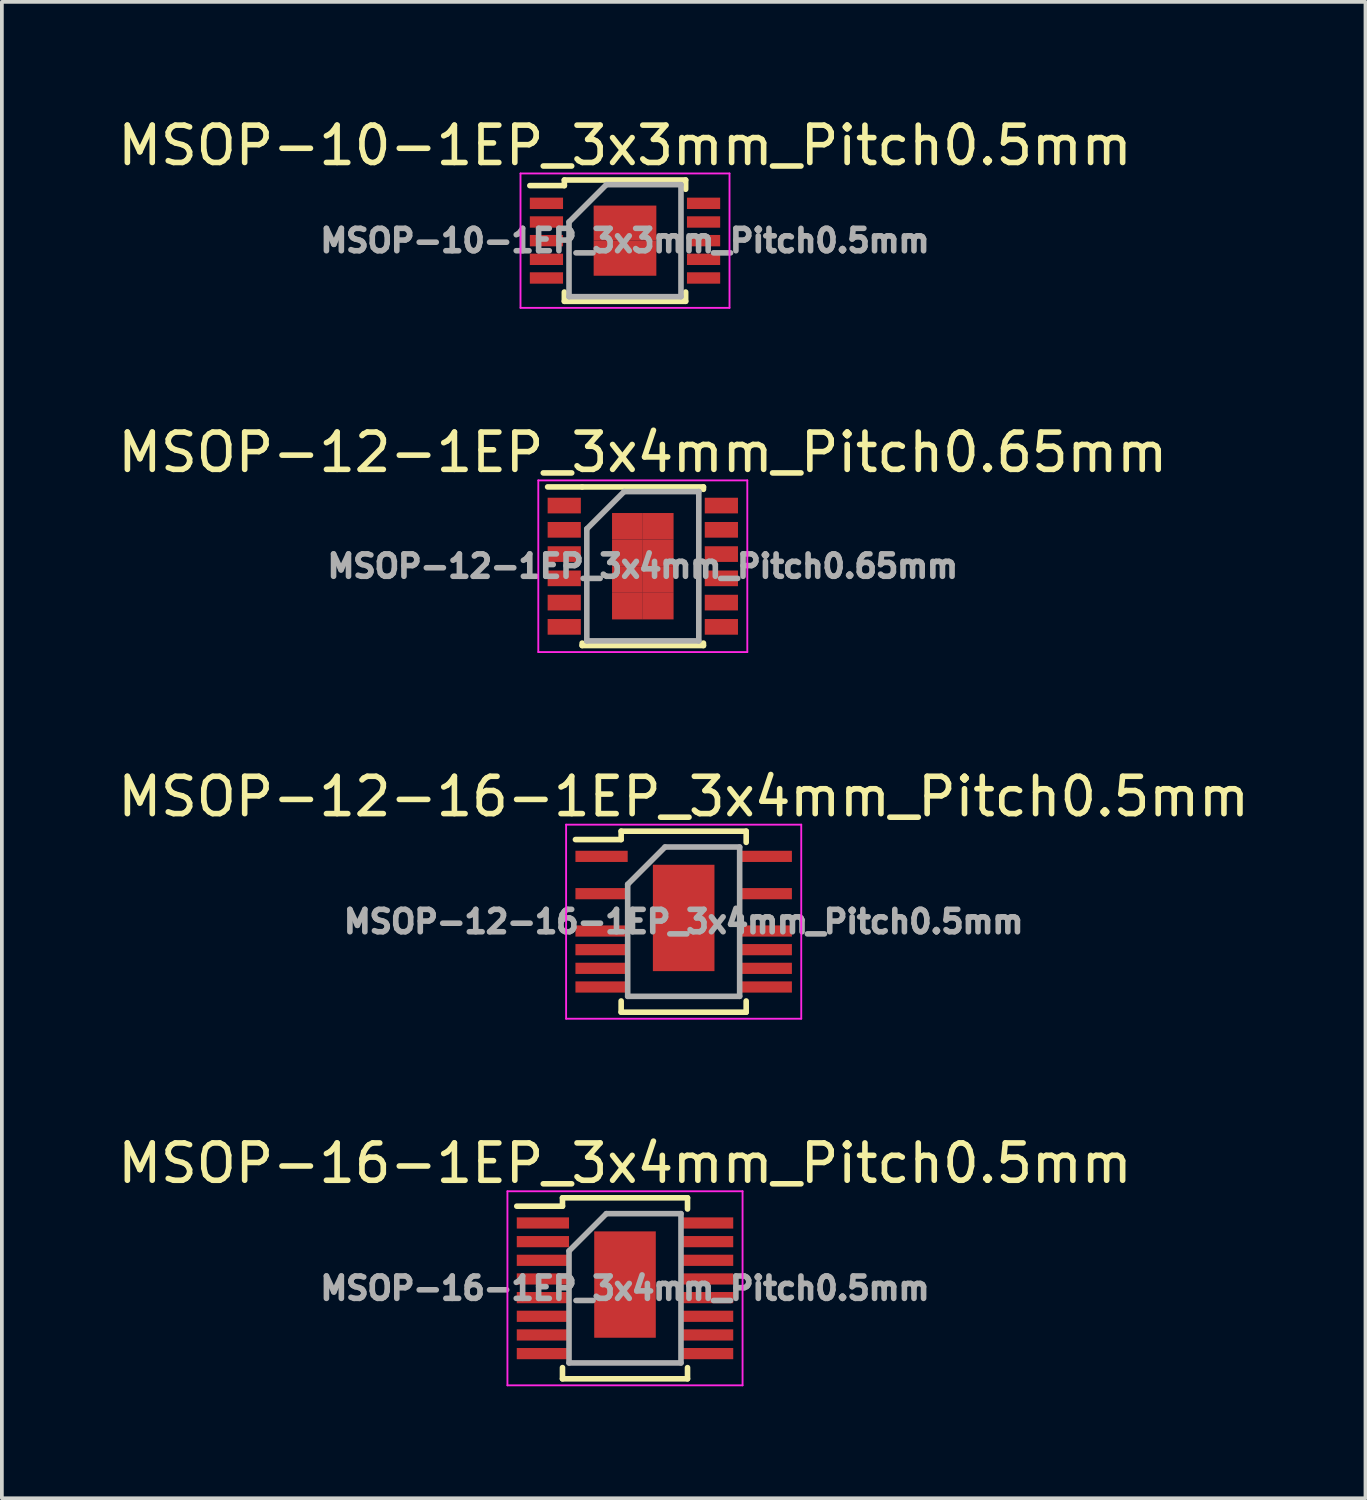
<source format=kicad_pcb>
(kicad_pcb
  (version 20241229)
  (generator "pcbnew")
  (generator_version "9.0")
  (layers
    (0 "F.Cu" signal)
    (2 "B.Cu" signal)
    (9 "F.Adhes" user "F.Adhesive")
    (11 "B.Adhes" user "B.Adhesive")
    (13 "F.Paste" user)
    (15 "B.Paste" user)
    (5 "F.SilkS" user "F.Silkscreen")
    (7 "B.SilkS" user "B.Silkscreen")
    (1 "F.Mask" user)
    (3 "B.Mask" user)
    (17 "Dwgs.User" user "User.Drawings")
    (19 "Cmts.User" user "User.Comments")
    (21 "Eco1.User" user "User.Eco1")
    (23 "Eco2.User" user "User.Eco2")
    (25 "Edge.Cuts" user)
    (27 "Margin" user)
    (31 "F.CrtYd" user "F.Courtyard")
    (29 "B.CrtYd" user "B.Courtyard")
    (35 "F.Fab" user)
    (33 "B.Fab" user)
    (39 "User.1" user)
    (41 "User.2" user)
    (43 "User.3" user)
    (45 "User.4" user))
  (footprint "MSOP-16-1EP_3x4mm_Pitch0.5mm"
    (layer "F.Cu")
    (at 13.696 31.468)
    (property "Reference" "MSOP-16-1EP_3x4mm_Pitch0.5mm" (at 0 -3.35 0) (layer "F.SilkS") (effects (font (size 1 1) (thickness 0.15))))
    (attr smd)
    (fp_line (start -1.675 -2.425) (end -1.675 -2.2) (stroke (width 0.15) (type solid)) (layer "F.SilkS"))
    (fp_line (start -1.675 -2.425) (end 1.675 -2.425) (stroke (width 0.15) (type solid)) (layer "F.SilkS"))
    (fp_line (start -1.675 -2.2) (end -2.9 -2.2) (stroke (width 0.15) (type solid)) (layer "F.SilkS"))
    (fp_line (start -1.675 2.425) (end -1.675 2.125) (stroke (width 0.15) (type solid)) (layer "F.SilkS"))
    (fp_line (start -1.675 2.425) (end 1.675 2.425) (stroke (width 0.15) (type solid)) (layer "F.SilkS"))
    (fp_line (start 1.675 -2.425) (end 1.675 -2.125) (stroke (width 0.15) (type solid)) (layer "F.SilkS"))
    (fp_line (start 1.675 2.425) (end 1.675 2.125) (stroke (width 0.15) (type solid)) (layer "F.SilkS"))
    (fp_line (start -3.15 -2.6) (end -3.15 2.6) (stroke (width 0.05) (type solid)) (layer "F.CrtYd"))
    (fp_line (start -3.15 -2.6) (end 3.15 -2.6) (stroke (width 0.05) (type solid)) (layer "F.CrtYd"))
    (fp_line (start -3.15 2.6) (end 3.15 2.6) (stroke (width 0.05) (type solid)) (layer "F.CrtYd"))
    (fp_line (start 3.15 -2.6) (end 3.15 2.6) (stroke (width 0.05) (type solid)) (layer "F.CrtYd"))
    (fp_line (start -1.5 -1) (end -0.5 -2) (stroke (width 0.15) (type solid)) (layer "F.Fab"))
    (fp_line (start -1.5 2) (end -1.5 -1) (stroke (width 0.15) (type solid)) (layer "F.Fab"))
    (fp_line (start -0.5 -2) (end 1.5 -2) (stroke (width 0.15) (type solid)) (layer "F.Fab"))
    (fp_line (start 1.5 -2) (end 1.5 2) (stroke (width 0.15) (type solid)) (layer "F.Fab"))
    (fp_line (start 1.5 2) (end -1.5 2) (stroke (width 0.15) (type solid)) (layer "F.Fab"))
    (fp_text user "${REFERENCE}" (at 0 0 0) (layer "F.Fab") (effects (font (size 0.6 0.6) (thickness 0.15))))
    (pad "1" smd rect (at -2.2 -1.75) (size 1.4 0.3) (layers "F.Cu" "F.Mask" "F.Paste"))
    (pad "2" smd rect (at -2.2 -1.25) (size 1.4 0.3) (layers "F.Cu" "F.Mask" "F.Paste"))
    (pad "3" smd rect (at -2.2 -0.75) (size 1.4 0.3) (layers "F.Cu" "F.Mask" "F.Paste"))
    (pad "4" smd rect (at -2.2 -0.25) (size 1.4 0.3) (layers "F.Cu" "F.Mask" "F.Paste"))
    (pad "5" smd rect (at -2.2 0.25) (size 1.4 0.3) (layers "F.Cu" "F.Mask" "F.Paste"))
    (pad "6" smd rect (at -2.2 0.75) (size 1.4 0.3) (layers "F.Cu" "F.Mask" "F.Paste"))
    (pad "7" smd rect (at -2.2 1.25) (size 1.4 0.3) (layers "F.Cu" "F.Mask" "F.Paste"))
    (pad "8" smd rect (at -2.2 1.75) (size 1.4 0.3) (layers "F.Cu" "F.Mask" "F.Paste"))
    (pad "9" smd rect (at 2.2 1.75) (size 1.4 0.3) (layers "F.Cu" "F.Mask" "F.Paste"))
    (pad "10" smd rect (at 2.2 1.25) (size 1.4 0.3) (layers "F.Cu" "F.Mask" "F.Paste"))
    (pad "11" smd rect (at 2.2 0.75) (size 1.4 0.3) (layers "F.Cu" "F.Mask" "F.Paste"))
    (pad "12" smd rect (at 2.2 0.25) (size 1.4 0.3) (layers "F.Cu" "F.Mask" "F.Paste"))
    (pad "13" smd rect (at 2.2 -0.25) (size 1.4 0.3) (layers "F.Cu" "F.Mask" "F.Paste"))
    (pad "14" smd rect (at 2.2 -0.75) (size 1.4 0.3) (layers "F.Cu" "F.Mask" "F.Paste"))
    (pad "15" smd rect (at 2.2 -1.25) (size 1.4 0.3) (layers "F.Cu" "F.Mask" "F.Paste"))
    (pad "16" smd rect (at 2.2 -1.75) (size 1.4 0.3) (layers "F.Cu" "F.Mask" "F.Paste"))
    (pad "17" smd rect (at 0 -0.1) (size 1.65 2.85) (layers "F.Cu" "F.Mask" "F.Paste")))
  (footprint "MSOP-12-1EP_3x4mm_Pitch0.65mm"
    (layer "F.Cu")
    (at 14.173 12.121)
    (property "Reference" "MSOP-12-1EP_3x4mm_Pitch0.65mm" (at 0 -3.05 0) (layer "F.SilkS") (effects (font (size 1 1) (thickness 0.15))))
    (attr smd)
    (fp_line (start -1.625 -2.125) (end -2.55 -2.125) (stroke (width 0.15) (type solid)) (layer "F.SilkS"))
    (fp_line (start -1.625 -2.125) (end 1.625 -2.125) (stroke (width 0.15) (type solid)) (layer "F.SilkS"))
    (fp_line (start -1.625 2.125) (end -1.625 2.06) (stroke (width 0.15) (type solid)) (layer "F.SilkS"))
    (fp_line (start -1.625 2.125) (end 1.625 2.125) (stroke (width 0.15) (type solid)) (layer "F.SilkS"))
    (fp_line (start 1.625 -2.125) (end 1.625 -2.06) (stroke (width 0.15) (type solid)) (layer "F.SilkS"))
    (fp_line (start 1.625 2.125) (end 1.625 2.06) (stroke (width 0.15) (type solid)) (layer "F.SilkS"))
    (fp_line (start -2.8 -2.3) (end -2.8 2.3) (stroke (width 0.05) (type solid)) (layer "F.CrtYd"))
    (fp_line (start -2.8 -2.3) (end 2.8 -2.3) (stroke (width 0.05) (type solid)) (layer "F.CrtYd"))
    (fp_line (start -2.8 2.3) (end 2.8 2.3) (stroke (width 0.05) (type solid)) (layer "F.CrtYd"))
    (fp_line (start 2.8 -2.3) (end 2.8 2.3) (stroke (width 0.05) (type solid)) (layer "F.CrtYd"))
    (fp_line (start -1.5 -1) (end -0.5 -2) (stroke (width 0.15) (type solid)) (layer "F.Fab"))
    (fp_line (start -1.5 2) (end -1.5 -1) (stroke (width 0.15) (type solid)) (layer "F.Fab"))
    (fp_line (start -0.5 -2) (end 1.5 -2) (stroke (width 0.15) (type solid)) (layer "F.Fab"))
    (fp_line (start 1.5 -2) (end 1.5 2) (stroke (width 0.15) (type solid)) (layer "F.Fab"))
    (fp_line (start 1.5 2) (end -1.5 2) (stroke (width 0.15) (type solid)) (layer "F.Fab"))
    (fp_text user "${REFERENCE}" (at 0 0 0) (layer "F.Fab") (effects (font (size 0.6 0.6) (thickness 0.15))))
    (pad "1" smd rect (at -2.105 -1.625) (size 0.89 0.42) (layers "F.Cu" "F.Mask" "F.Paste"))
    (pad "2" smd rect (at -2.105 -0.975) (size 0.89 0.42) (layers "F.Cu" "F.Mask" "F.Paste"))
    (pad "3" smd rect (at -2.105 -0.325) (size 0.89 0.42) (layers "F.Cu" "F.Mask" "F.Paste"))
    (pad "4" smd rect (at -2.105 0.325) (size 0.89 0.42) (layers "F.Cu" "F.Mask" "F.Paste"))
    (pad "5" smd rect (at -2.105 0.975) (size 0.89 0.42) (layers "F.Cu" "F.Mask" "F.Paste"))
    (pad "6" smd rect (at -2.105 1.625) (size 0.89 0.42) (layers "F.Cu" "F.Mask" "F.Paste"))
    (pad "7" smd rect (at 2.105 1.625) (size 0.89 0.42) (layers "F.Cu" "F.Mask" "F.Paste"))
    (pad "8" smd rect (at 2.105 0.975) (size 0.89 0.42) (layers "F.Cu" "F.Mask" "F.Paste"))
    (pad "9" smd rect (at 2.105 0.325) (size 0.89 0.42) (layers "F.Cu" "F.Mask" "F.Paste"))
    (pad "10" smd rect (at 2.105 -0.325) (size 0.89 0.42) (layers "F.Cu" "F.Mask" "F.Paste"))
    (pad "11" smd rect (at 2.105 -0.975) (size 0.89 0.42) (layers "F.Cu" "F.Mask" "F.Paste"))
    (pad "12" smd rect (at 2.105 -1.625) (size 0.89 0.42) (layers "F.Cu" "F.Mask" "F.Paste"))
    (pad "13" smd rect (at -0.412 -1.069) (size 0.825 0.713) (layers "F.Cu" "F.Mask" "F.Paste"))
    (pad "13" smd rect (at -0.412 -0.356) (size 0.825 0.713) (layers "F.Cu" "F.Mask" "F.Paste"))
    (pad "13" smd rect (at -0.412 0.356) (size 0.825 0.713) (layers "F.Cu" "F.Mask" "F.Paste"))
    (pad "13" smd rect (at -0.412 1.069) (size 0.825 0.713) (layers "F.Cu" "F.Mask" "F.Paste"))
    (pad "13" smd rect (at 0.412 -1.069) (size 0.825 0.713) (layers "F.Cu" "F.Mask" "F.Paste"))
    (pad "13" smd rect (at 0.412 -0.356) (size 0.825 0.713) (layers "F.Cu" "F.Mask" "F.Paste"))
    (pad "13" smd rect (at 0.412 0.356) (size 0.825 0.713) (layers "F.Cu" "F.Mask" "F.Paste"))
    (pad "13" smd rect (at 0.412 1.069) (size 0.825 0.713) (layers "F.Cu" "F.Mask" "F.Paste")))
  (footprint "MSOP-12-16-1EP_3x4mm_Pitch0.5mm"
    (layer "F.Cu")
    (at 15.268 21.645)
    (property "Reference" "MSOP-12-16-1EP_3x4mm_Pitch0.5mm" (at 0 -3.35 0) (layer "F.SilkS") (effects (font (size 1 1) (thickness 0.15))))
    (attr smd)
    (fp_line (start -1.675 -2.425) (end -1.675 -2.2) (stroke (width 0.15) (type solid)) (layer "F.SilkS"))
    (fp_line (start -1.675 -2.425) (end 1.675 -2.425) (stroke (width 0.15) (type solid)) (layer "F.SilkS"))
    (fp_line (start -1.675 -2.2) (end -2.9 -2.2) (stroke (width 0.15) (type solid)) (layer "F.SilkS"))
    (fp_line (start -1.675 2.425) (end -1.675 2.125) (stroke (width 0.15) (type solid)) (layer "F.SilkS"))
    (fp_line (start -1.675 2.425) (end 1.675 2.425) (stroke (width 0.15) (type solid)) (layer "F.SilkS"))
    (fp_line (start 1.675 -2.425) (end 1.675 -2.125) (stroke (width 0.15) (type solid)) (layer "F.SilkS"))
    (fp_line (start 1.675 2.425) (end 1.675 2.125) (stroke (width 0.15) (type solid)) (layer "F.SilkS"))
    (fp_line (start -3.15 -2.6) (end -3.15 2.6) (stroke (width 0.05) (type solid)) (layer "F.CrtYd"))
    (fp_line (start -3.15 -2.6) (end 3.15 -2.6) (stroke (width 0.05) (type solid)) (layer "F.CrtYd"))
    (fp_line (start -3.15 2.6) (end 3.15 2.6) (stroke (width 0.05) (type solid)) (layer "F.CrtYd"))
    (fp_line (start 3.15 -2.6) (end 3.15 2.6) (stroke (width 0.05) (type solid)) (layer "F.CrtYd"))
    (fp_line (start -1.5 -1) (end -0.5 -2) (stroke (width 0.15) (type solid)) (layer "F.Fab"))
    (fp_line (start -1.5 2) (end -1.5 -1) (stroke (width 0.15) (type solid)) (layer "F.Fab"))
    (fp_line (start -0.5 -2) (end 1.5 -2) (stroke (width 0.15) (type solid)) (layer "F.Fab"))
    (fp_line (start 1.5 -2) (end 1.5 2) (stroke (width 0.15) (type solid)) (layer "F.Fab"))
    (fp_line (start 1.5 2) (end -1.5 2) (stroke (width 0.15) (type solid)) (layer "F.Fab"))
    (fp_text user "${REFERENCE}" (at 0 0 0) (layer "F.Fab") (effects (font (size 0.6 0.6) (thickness 0.15))))
    (pad "1" smd rect (at -2.2 -1.75) (size 1.4 0.3) (layers "F.Cu" "F.Mask" "F.Paste"))
    (pad "3" smd rect (at -2.2 -0.75) (size 1.4 0.3) (layers "F.Cu" "F.Mask" "F.Paste"))
    (pad "5" smd rect (at -2.2 0.25) (size 1.4 0.3) (layers "F.Cu" "F.Mask" "F.Paste"))
    (pad "6" smd rect (at -2.2 0.75) (size 1.4 0.3) (layers "F.Cu" "F.Mask" "F.Paste"))
    (pad "7" smd rect (at -2.2 1.25) (size 1.4 0.3) (layers "F.Cu" "F.Mask" "F.Paste"))
    (pad "8" smd rect (at -2.2 1.75) (size 1.4 0.3) (layers "F.Cu" "F.Mask" "F.Paste"))
    (pad "9" smd rect (at 2.2 1.75) (size 1.4 0.3) (layers "F.Cu" "F.Mask" "F.Paste"))
    (pad "10" smd rect (at 2.2 1.25) (size 1.4 0.3) (layers "F.Cu" "F.Mask" "F.Paste"))
    (pad "11" smd rect (at 2.2 0.75) (size 1.4 0.3) (layers "F.Cu" "F.Mask" "F.Paste"))
    (pad "12" smd rect (at 2.2 0.25) (size 1.4 0.3) (layers "F.Cu" "F.Mask" "F.Paste"))
    (pad "14" smd rect (at 2.2 -0.75) (size 1.4 0.3) (layers "F.Cu" "F.Mask" "F.Paste"))
    (pad "16" smd rect (at 2.2 -1.75) (size 1.4 0.3) (layers "F.Cu" "F.Mask" "F.Paste"))
    (pad "17" smd rect (at 0 -0.1) (size 1.65 2.85) (layers "F.Cu" "F.Mask" "F.Paste")))
  (footprint "MSOP-10-1EP_3x3mm_Pitch0.5mm"
    (layer "F.Cu")
    (at 13.696 3.398)
    (property "Reference" "MSOP-10-1EP_3x3mm_Pitch0.5mm" (at 0 -2.55 0) (layer "F.SilkS") (effects (font (size 1 1) (thickness 0.15))))
    (attr smd)
    (fp_line (start -1.625 -1.625) (end -1.625 -1.475) (stroke (width 0.15) (type solid)) (layer "F.SilkS"))
    (fp_line (start -1.625 -1.625) (end 1.625 -1.625) (stroke (width 0.15) (type solid)) (layer "F.SilkS"))
    (fp_line (start -1.625 -1.475) (end -2.55 -1.475) (stroke (width 0.15) (type solid)) (layer "F.SilkS"))
    (fp_line (start -1.625 1.625) (end -1.625 1.377) (stroke (width 0.15) (type solid)) (layer "F.SilkS"))
    (fp_line (start -1.625 1.625) (end 1.625 1.625) (stroke (width 0.15) (type solid)) (layer "F.SilkS"))
    (fp_line (start 1.625 -1.625) (end 1.625 -1.377) (stroke (width 0.15) (type solid)) (layer "F.SilkS"))
    (fp_line (start 1.625 1.625) (end 1.625 1.377) (stroke (width 0.15) (type solid)) (layer "F.SilkS"))
    (fp_line (start -2.8 -1.8) (end -2.8 1.8) (stroke (width 0.05) (type solid)) (layer "F.CrtYd"))
    (fp_line (start -2.8 -1.8) (end 2.8 -1.8) (stroke (width 0.05) (type solid)) (layer "F.CrtYd"))
    (fp_line (start -2.8 1.8) (end 2.8 1.8) (stroke (width 0.05) (type solid)) (layer "F.CrtYd"))
    (fp_line (start 2.8 -1.8) (end 2.8 1.8) (stroke (width 0.05) (type solid)) (layer "F.CrtYd"))
    (fp_line (start -1.5 -0.5) (end -0.5 -1.5) (stroke (width 0.15) (type solid)) (layer "F.Fab"))
    (fp_line (start -1.5 1.5) (end -1.5 -0.5) (stroke (width 0.15) (type solid)) (layer "F.Fab"))
    (fp_line (start -0.5 -1.5) (end 1.5 -1.5) (stroke (width 0.15) (type solid)) (layer "F.Fab"))
    (fp_line (start 1.5 -1.5) (end 1.5 1.5) (stroke (width 0.15) (type solid)) (layer "F.Fab"))
    (fp_line (start 1.5 1.5) (end -1.5 1.5) (stroke (width 0.15) (type solid)) (layer "F.Fab"))
    (fp_text user "${REFERENCE}" (at 0 0 0) (layer "F.Fab") (effects (font (size 0.6 0.6) (thickness 0.15))))
    (pad "1" smd rect (at -2.105 -1) (size 0.89 0.305) (layers "F.Cu" "F.Mask" "F.Paste"))
    (pad "2" smd rect (at -2.105 -0.5) (size 0.89 0.305) (layers "F.Cu" "F.Mask" "F.Paste"))
    (pad "3" smd rect (at -2.105 0) (size 0.89 0.305) (layers "F.Cu" "F.Mask" "F.Paste"))
    (pad "4" smd rect (at -2.105 0.5) (size 0.89 0.305) (layers "F.Cu" "F.Mask" "F.Paste"))
    (pad "5" smd rect (at -2.105 1) (size 0.89 0.305) (layers "F.Cu" "F.Mask" "F.Paste"))
    (pad "6" smd rect (at 2.105 1) (size 0.89 0.305) (layers "F.Cu" "F.Mask" "F.Paste"))
    (pad "7" smd rect (at 2.105 0.5) (size 0.89 0.305) (layers "F.Cu" "F.Mask" "F.Paste"))
    (pad "8" smd rect (at 2.105 0) (size 0.89 0.305) (layers "F.Cu" "F.Mask" "F.Paste"))
    (pad "9" smd rect (at 2.105 -0.5) (size 0.89 0.305) (layers "F.Cu" "F.Mask" "F.Paste"))
    (pad "10" smd rect (at 2.105 -1) (size 0.89 0.305) (layers "F.Cu" "F.Mask" "F.Paste"))
    (pad "11" smd rect (at -0.42 -0.47) (size 0.84 0.94) (layers "F.Cu" "F.Mask" "F.Paste"))
    (pad "11" smd rect (at -0.42 0.47) (size 0.84 0.94) (layers "F.Cu" "F.Mask" "F.Paste"))
    (pad "11" smd rect (at 0.42 -0.47) (size 0.84 0.94) (layers "F.Cu" "F.Mask" "F.Paste"))
    (pad "11" smd rect (at 0.42 0.47) (size 0.84 0.94) (layers "F.Cu" "F.Mask" "F.Paste")))
  (gr_rect
    (start -3 -3)
    (end 33.536 37.093)
    (stroke (width 0.1) (type default))
    (fill no)
    (layer "Edge.Cuts")))
</source>
